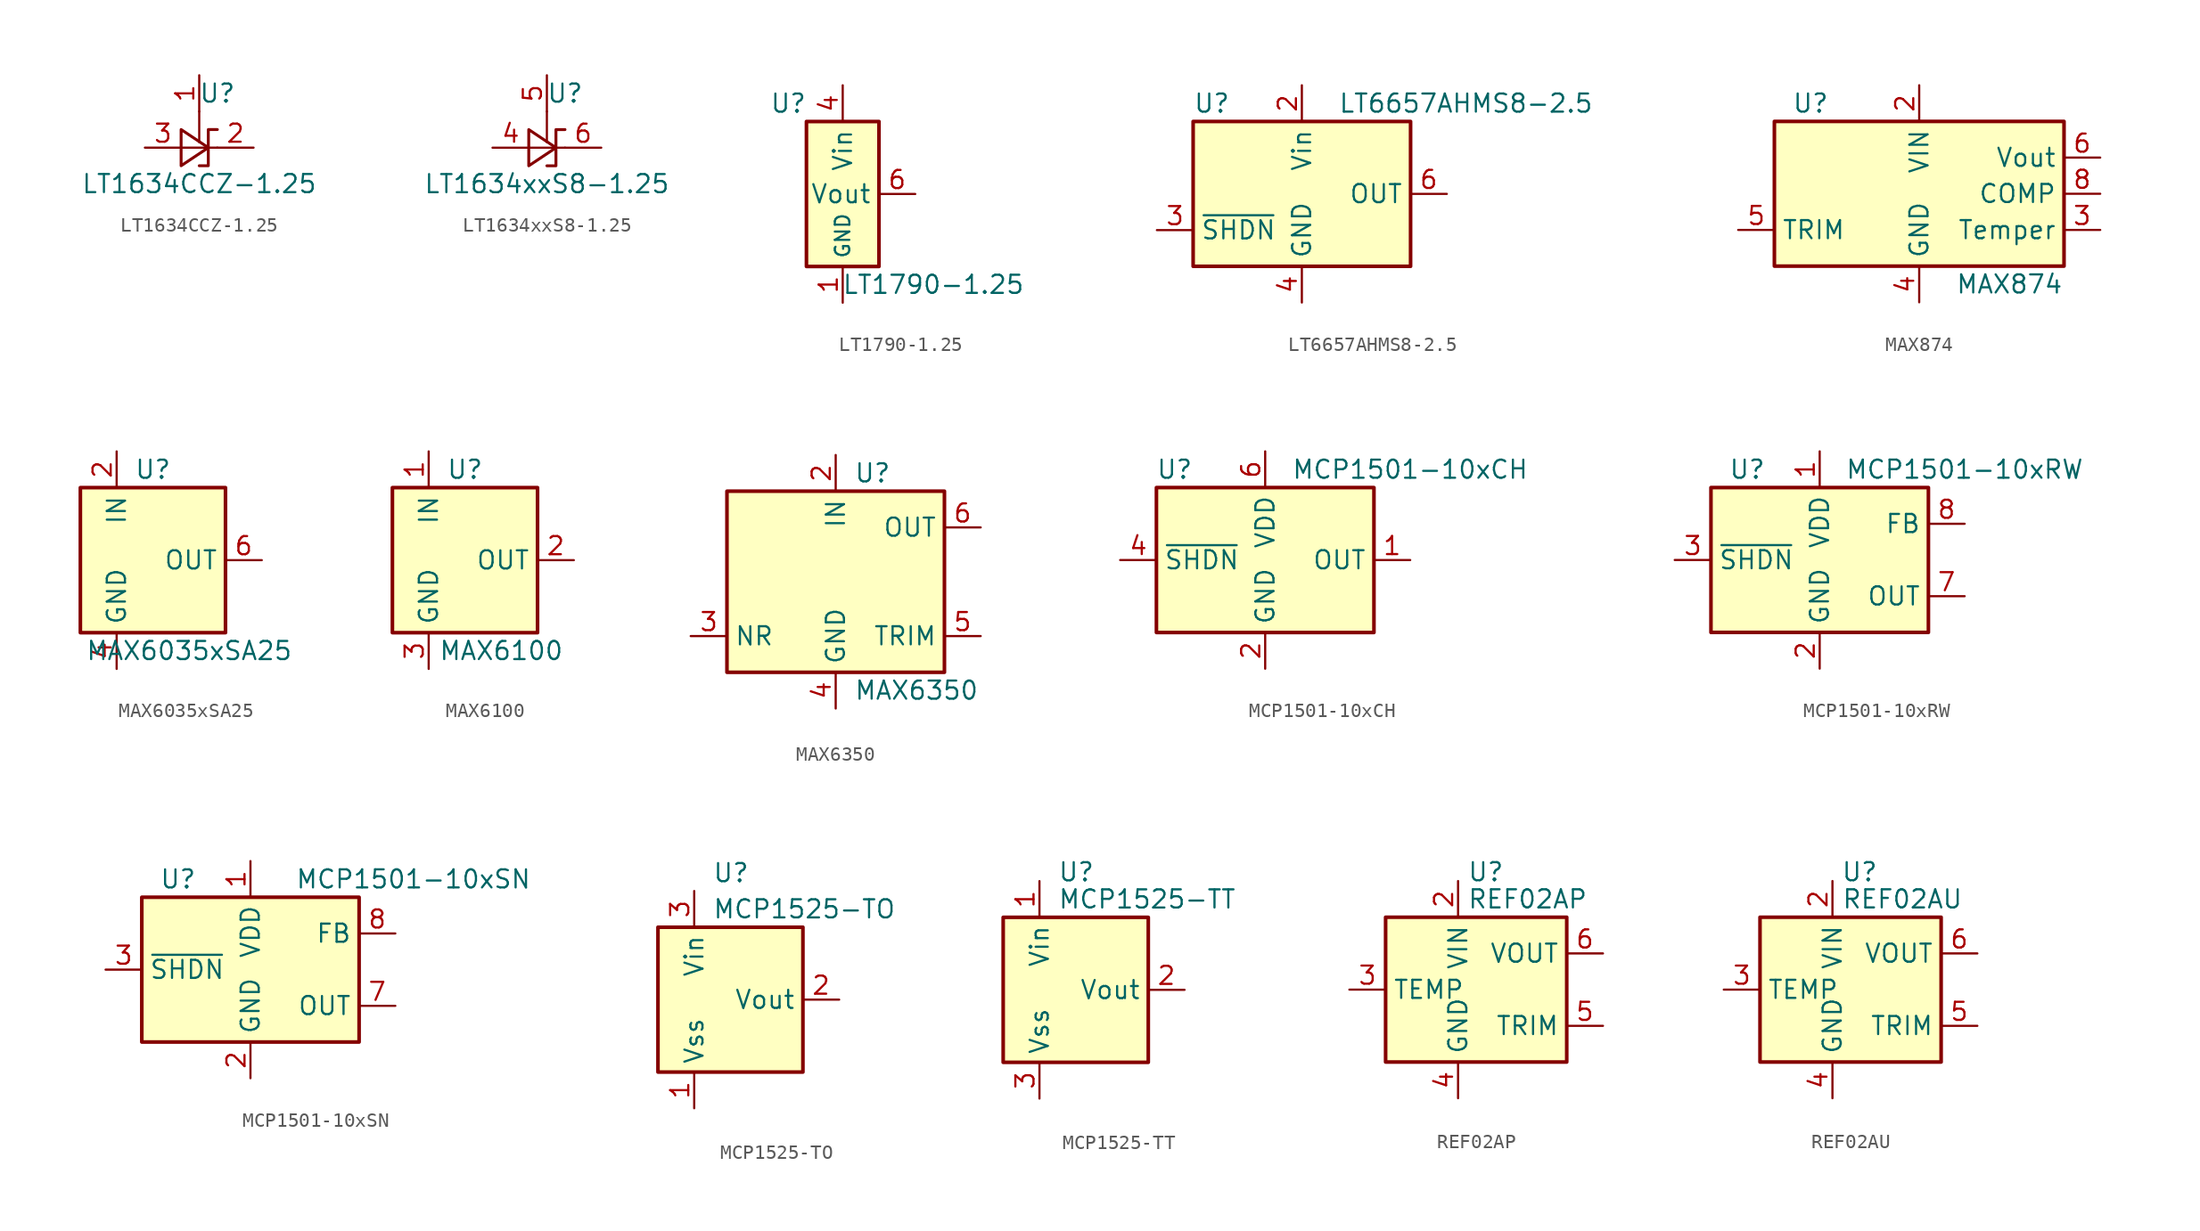
<source format=kicad_sym>
(kicad_symbol_lib
  (version 20201005)
  (generator kicad_symbol_editor)
  (symbol "Reference_Voltage:LT1634CCZ-1.25"
    (pin_names hide)
    (property "Reference" "U"
      (at 1.27 3.81 0)
      (effects (font (size 1.27 1.27))))
    (property "Value" "LT1634CCZ-1.25"
      (at 0 -2.54 0)
      (effects (font (size 1.27 1.27))))
    (symbol "LT1634CCZ-1.25_1_1"
      (polyline (pts (xy 0 2.54) (xy 0 0.381)) (stroke (width 0)) (fill (type none)))
      (polyline (pts (xy -1.27 0) (xy 0 0) (xy 1.27 0)) (stroke (width 0)) (fill (type none)))
      (polyline (pts (xy -1.27 -1.27) (xy 0.635 0) (xy -1.27 1.27) (xy -1.27 -1.27)) (stroke (width 0.203)) (fill (type none)))
      (polyline (pts (xy 0 -1.27) (xy 0.635 -1.27) (xy 0.635 1.27) (xy 1.27 1.27)) (stroke (width 0.203)) (fill (type none)))
      (pin input line (at 0 5.08 270) (length 2.54) (name "Test" (effects (font (size 1.27 1.27)))) (number "1" (effects (font (size 1.27 1.27)))))
      (pin passive line (at 3.81 0 180) (length 2.54) (name "K" (effects (font (size 1.27 1.27)))) (number "2" (effects (font (size 1.27 1.27)))))
      (pin passive line (at -3.81 0 0) (length 2.54) (name "A" (effects (font (size 1.27 1.27)))) (number "3" (effects (font (size 1.27 1.27)))))))
  (symbol "Reference_Voltage:LT1634xxS8-1.25"
    (pin_names hide)
    (property "Reference" "U"
      (at 1.27 3.81 0)
      (effects (font (size 1.27 1.27))))
    (property "Value" "LT1634xxS8-1.25"
      (at 0 -2.54 0)
      (effects (font (size 1.27 1.27))))
    (symbol "LT1634xxS8-1.25_1_1"
      (polyline (pts (xy 0 2.54) (xy 0 0.381)) (stroke (width 0)) (fill (type none)))
      (polyline (pts (xy -1.27 0) (xy 0 0) (xy 1.27 0)) (stroke (width 0)) (fill (type none)))
      (polyline (pts (xy -1.27 -1.27) (xy 0.635 0) (xy -1.27 1.27) (xy -1.27 -1.27)) (stroke (width 0.203)) (fill (type none)))
      (polyline (pts (xy 0 -1.27) (xy 0.635 -1.27) (xy 0.635 1.27) (xy 1.27 1.27)) (stroke (width 0.203)) (fill (type none)))
      (pin passive line (at -3.81 0 0) (length 2.54) (name "A" (effects (font (size 1.27 1.27)))) (number "4" (effects (font (size 1.27 1.27)))))
      (pin input line (at 0 5.08 270) (length 2.54) (name "Test" (effects (font (size 1.27 1.27)))) (number "5" (effects (font (size 1.27 1.27)))))
      (pin passive line (at 3.81 0 180) (length 2.54) (name "K" (effects (font (size 1.27 1.27)))) (number "6" (effects (font (size 1.27 1.27)))))))
  (symbol "Reference_Voltage:LT1790-1.25"
    (property "Reference" "U"
      (at -3.81 6.35 0)
      (effects (font (size 1.27 1.27))))
    (property "Value" "LT1790-1.25"
      (at 6.35 -6.35 0)
      (effects (font (size 1.27 1.27))))
    (symbol "LT1790-1.25_0_1"
      (rectangle (start 2.54 5.08) (end -2.54 -5.08) (stroke (width 0.254)) (fill (type background))))
    (symbol "LT1790-1.25_1_1"
      (pin power_in line (at 0 -7.62 90) (length 2.54) (name "GND" (effects (font (size 1.016 1.016)))) (number "1" (effects (font (size 1.27 1.27)))))
      (pin passive line (at 0 -7.62 90) (length 2.54) hide (name "GND" (effects (font (size 1.016 1.016)))) (number "2" (effects (font (size 1.27 1.27)))))
      (pin power_in line (at 0 7.62 270) (length 2.54) (name "Vin" (effects (font (size 1.27 1.27)))) (number "4" (effects (font (size 1.27 1.27)))))
      (pin output line (at 5.08 0 180) (length 2.54) (name "Vout" (effects (font (size 1.27 1.27)))) (number "6" (effects (font (size 1.27 1.27)))))))
  (symbol "Reference_Voltage:LT6657AHMS8-2.5"
    (property "Reference" "U"
      (at -7.62 6.35 0)
      (effects (font (size 1.27 1.27)) (justify left)))
    (property "Value" "LT6657AHMS8-2.5"
      (at 2.54 6.35 0)
      (effects (font (size 1.27 1.27)) (justify left)))
    (symbol "LT6657AHMS8-2.5_0_1"
      (rectangle (start -7.62 5.08) (end 7.62 -5.08) (stroke (width 0.254)) (fill (type background))))
    (symbol "LT6657AHMS8-2.5_1_1"
      (pin no_connect line (at 7.62 -2.54 180) (length 2.54) hide (name "DNC" (effects (font (size 1.27 1.27)))) (number "1" (effects (font (size 1.27 1.27)))))
      (pin power_in line (at 0 7.62 270) (length 2.54) (name "Vin" (effects (font (size 1.27 1.27)))) (number "2" (effects (font (size 1.27 1.27)))))
      (pin input line (at -10.16 -2.54 0) (length 2.54) (name "~SHDN" (effects (font (size 1.27 1.27)))) (number "3" (effects (font (size 1.27 1.27)))))
      (pin power_in line (at 0 -7.62 90) (length 2.54) (name "GND" (effects (font (size 1.27 1.27)))) (number "4" (effects (font (size 1.27 1.27)))))
      (pin no_connect line (at -7.62 0 0) (length 2.54) hide (name "DNC" (effects (font (size 1.27 1.27)))) (number "5" (effects (font (size 1.27 1.27)))))
      (pin power_out line (at 10.16 0 180) (length 2.54) (name "OUT" (effects (font (size 1.27 1.27)))) (number "6" (effects (font (size 1.27 1.27)))))
      (pin no_connect line (at -7.62 2.54 0) (length 2.54) hide (name "DNC" (effects (font (size 1.27 1.27)))) (number "7" (effects (font (size 1.27 1.27)))))
      (pin no_connect line (at 7.62 2.54 180) (length 2.54) hide (name "DNC" (effects (font (size 1.27 1.27)))) (number "8" (effects (font (size 1.27 1.27)))))))
  (symbol "Reference_Voltage:MAX874"
    (property "Reference" "U"
      (at -7.62 6.35 0)
      (effects (font (size 1.27 1.27))))
    (property "Value" "MAX874"
      (at 2.54 -6.35 0)
      (effects (font (size 1.27 1.27)) (justify left)))
    (symbol "MAX874_0_1"
      (rectangle (start -10.16 5.08) (end 10.16 -5.08) (stroke (width 0.254)) (fill (type background))))
    (symbol "MAX874_1_1"
      (pin no_connect line (at -10.16 0 0) (length 2.54) hide (name "IC" (effects (font (size 1.27 1.27)))) (number "1" (effects (font (size 1.27 1.27)))))
      (pin power_in line (at 0 7.62 270) (length 2.54) (name "VIN" (effects (font (size 1.27 1.27)))) (number "2" (effects (font (size 1.27 1.27)))))
      (pin output line (at 12.7 -2.54 180) (length 2.54) (name "Temper" (effects (font (size 1.27 1.27)))) (number "3" (effects (font (size 1.27 1.27)))))
      (pin power_in line (at 0 -7.62 90) (length 2.54) (name "GND" (effects (font (size 1.27 1.27)))) (number "4" (effects (font (size 1.27 1.27)))))
      (pin input line (at -12.7 -2.54 0) (length 2.54) (name "TRIM" (effects (font (size 1.27 1.27)))) (number "5" (effects (font (size 1.27 1.27)))))
      (pin power_out line (at 12.7 2.54 180) (length 2.54) (name "Vout" (effects (font (size 1.27 1.27)))) (number "6" (effects (font (size 1.27 1.27)))))
      (pin no_connect line (at -2.54 -5.08 90) (length 2.54) hide (name "IC" (effects (font (size 1.27 1.27)))) (number "7" (effects (font (size 1.27 1.27)))))
      (pin passive line (at 12.7 0 180) (length 2.54) (name "COMP" (effects (font (size 1.27 1.27)))) (number "8" (effects (font (size 1.27 1.27)))))))
  (symbol "Reference_Voltage:MAX6035xSA25"
    (property "Reference" "U"
      (at 0 6.35 0)
      (effects (font (size 1.27 1.27))))
    (property "Value" "MAX6035xSA25"
      (at 2.54 -6.35 0)
      (effects (font (size 1.27 1.27))))
    (symbol "MAX6035xSA25_0_0"
      (pin no_connect line (at -5.08 0 0) (length 2.54) hide (name "NC" (effects (font (size 1.27 1.27)))) (number "3" (effects (font (size 1.27 1.27)))))
      (pin no_connect line (at 5.08 2.54 180) (length 2.54) hide (name "NC" (effects (font (size 1.27 1.27)))) (number "7" (effects (font (size 1.27 1.27)))))
      (pin no_connect line (at 5.08 -2.54 180) (length 2.54) hide (name "NC" (effects (font (size 1.27 1.27)))) (number "8" (effects (font (size 1.27 1.27))))))
    (symbol "MAX6035xSA25_0_1"
      (rectangle (start -5.08 5.08) (end 5.08 -5.08) (stroke (width 0.254)) (fill (type background))))
    (symbol "MAX6035xSA25_1_1"
      (pin no_connect line (at -5.08 2.54 0) (length 2.54) hide (name "NC" (effects (font (size 1.27 1.27)))) (number "1" (effects (font (size 1.27 1.27)))))
      (pin power_in line (at -2.54 7.62 270) (length 2.54) (name "IN" (effects (font (size 1.27 1.27)))) (number "2" (effects (font (size 1.27 1.27)))))
      (pin power_in line (at -2.54 -7.62 90) (length 2.54) (name "GND" (effects (font (size 1.27 1.27)))) (number "4" (effects (font (size 1.27 1.27)))))
      (pin no_connect line (at -5.08 -2.54 0) (length 2.54) hide (name "NC" (effects (font (size 1.27 1.27)))) (number "5" (effects (font (size 1.27 1.27)))))
      (pin power_out line (at 7.62 0 180) (length 2.54) (name "OUT" (effects (font (size 1.27 1.27)))) (number "6" (effects (font (size 1.27 1.27)))))))
  (symbol "Reference_Voltage:MAX6100"
    (property "Reference" "U"
      (at 0 6.35 0)
      (effects (font (size 1.27 1.27))))
    (property "Value" "MAX6100"
      (at 2.54 -6.35 0)
      (effects (font (size 1.27 1.27))))
    (symbol "MAX6100_0_1"
      (rectangle (start -5.08 5.08) (end 5.08 -5.08) (stroke (width 0.254)) (fill (type background))))
    (symbol "MAX6100_1_1"
      (pin power_in line (at -2.54 7.62 270) (length 2.54) (name "IN" (effects (font (size 1.27 1.27)))) (number "1" (effects (font (size 1.27 1.27)))))
      (pin power_out line (at 7.62 0 180) (length 2.54) (name "OUT" (effects (font (size 1.27 1.27)))) (number "2" (effects (font (size 1.27 1.27)))))
      (pin power_in line (at -2.54 -7.62 90) (length 2.54) (name "GND" (effects (font (size 1.27 1.27)))) (number "3" (effects (font (size 1.27 1.27)))))))
  (symbol "Reference_Voltage:MAX6350"
    (property "Reference" "U"
      (at 1.27 6.35 0)
      (effects (font (size 1.27 1.27)) (justify left)))
    (property "Value" "MAX6350"
      (at 1.27 -8.89 0)
      (effects (font (size 1.27 1.27)) (justify left)))
    (symbol "MAX6350_0_1"
      (rectangle (start -7.62 5.08) (end 7.62 -7.62) (stroke (width 0.254)) (fill (type background))))
    (symbol "MAX6350_1_1"
      (pin no_connect line (at -7.62 -2.54 0) (length 2.54) hide (name "NC" (effects (font (size 1.27 1.27)))) (number "1" (effects (font (size 1.27 1.27)))))
      (pin power_in line (at 0 7.62 270) (length 2.54) (name "IN" (effects (font (size 1.27 1.27)))) (number "2" (effects (font (size 1.27 1.27)))))
      (pin passive line (at -10.16 -5.08 0) (length 2.54) (name "NR" (effects (font (size 1.27 1.27)))) (number "3" (effects (font (size 1.27 1.27)))))
      (pin power_in line (at 0 -10.16 90) (length 2.54) (name "GND" (effects (font (size 1.27 1.27)))) (number "4" (effects (font (size 1.27 1.27)))))
      (pin passive line (at 10.16 -5.08 180) (length 2.54) (name "TRIM" (effects (font (size 1.27 1.27)))) (number "5" (effects (font (size 1.27 1.27)))))
      (pin power_out line (at 10.16 2.54 180) (length 2.54) (name "OUT" (effects (font (size 1.27 1.27)))) (number "6" (effects (font (size 1.27 1.27)))))
      (pin no_connect line (at 7.62 0 180) (length 2.54) hide (name "NC" (effects (font (size 1.27 1.27)))) (number "7" (effects (font (size 1.27 1.27)))))
      (pin no_connect line (at 7.62 -2.54 180) (length 2.54) hide (name "NC" (effects (font (size 1.27 1.27)))) (number "8" (effects (font (size 1.27 1.27)))))))
  (symbol "Reference_Voltage:MCP1501-10xCH"
    (property "Reference" "U"
      (at -6.35 6.35 0)
      (effects (font (size 1.27 1.27))))
    (property "Value" "MCP1501-10xCH"
      (at 10.16 6.35 0)
      (effects (font (size 1.27 1.27))))
    (symbol "MCP1501-10xCH_0_0"
      (pin power_out line (at 10.16 0 180) (length 2.54) (name "OUT" (effects (font (size 1.27 1.27)))) (number "1" (effects (font (size 1.27 1.27)))))
      (pin power_in line (at 0 -7.62 90) (length 2.54) (name "GND" (effects (font (size 1.27 1.27)))) (number "2" (effects (font (size 1.27 1.27)))))
      (pin passive line (at 0 -7.62 90) (length 2.54) hide (name "GND" (effects (font (size 1.27 1.27)))) (number "3" (effects (font (size 1.27 1.27)))))
      (pin input line (at -10.16 0 0) (length 2.54) (name "~SHDN" (effects (font (size 1.27 1.27)))) (number "4" (effects (font (size 1.27 1.27)))))
      (pin passive line (at 0 -7.62 90) (length 2.54) hide (name "GND" (effects (font (size 1.27 1.27)))) (number "5" (effects (font (size 1.27 1.27)))))
      (pin power_in line (at 0 7.62 270) (length 2.54) (name "VDD" (effects (font (size 1.27 1.27)))) (number "6" (effects (font (size 1.27 1.27))))))
    (symbol "MCP1501-10xCH_0_1"
      (rectangle (start -7.62 5.08) (end 7.62 -5.08) (stroke (width 0.254)) (fill (type background)))))
  (symbol "Reference_Voltage:MCP1501-10xRW"
    (property "Reference" "U"
      (at -5.08 6.35 0)
      (effects (font (size 1.27 1.27))))
    (property "Value" "MCP1501-10xRW"
      (at 10.16 6.35 0)
      (effects (font (size 1.27 1.27))))
    (symbol "MCP1501-10xRW_0_0"
      (pin power_in line (at 0 7.62 270) (length 2.54) (name "VDD" (effects (font (size 1.27 1.27)))) (number "1" (effects (font (size 1.27 1.27)))))
      (pin power_in line (at 0 -7.62 90) (length 2.54) (name "GND" (effects (font (size 1.27 1.27)))) (number "2" (effects (font (size 1.27 1.27)))))
      (pin input line (at -10.16 0 0) (length 2.54) (name "~SHDN" (effects (font (size 1.27 1.27)))) (number "3" (effects (font (size 1.27 1.27)))))
      (pin passive line (at 0 -7.62 90) (length 2.54) hide (name "GND" (effects (font (size 1.27 1.27)))) (number "4" (effects (font (size 1.27 1.27)))))
      (pin passive line (at 0 -7.62 90) (length 2.54) hide (name "GND" (effects (font (size 1.27 1.27)))) (number "5" (effects (font (size 1.27 1.27)))))
      (pin passive line (at 0 -7.62 90) (length 2.54) hide (name "GND" (effects (font (size 1.27 1.27)))) (number "6" (effects (font (size 1.27 1.27)))))
      (pin power_out line (at 10.16 -2.54 180) (length 2.54) (name "OUT" (effects (font (size 1.27 1.27)))) (number "7" (effects (font (size 1.27 1.27)))))
      (pin input line (at 10.16 2.54 180) (length 2.54) (name "FB" (effects (font (size 1.27 1.27)))) (number "8" (effects (font (size 1.27 1.27))))))
    (symbol "MCP1501-10xRW_0_1"
      (rectangle (start -7.62 5.08) (end 7.62 -5.08) (stroke (width 0.254)) (fill (type background)))))
  (symbol "Reference_Voltage:MCP1501-10xSN"
    (property "Reference" "U"
      (at -5.08 6.35 0)
      (effects (font (size 1.27 1.27))))
    (property "Value" "MCP1501-10xSN"
      (at 11.43 6.35 0)
      (effects (font (size 1.27 1.27))))
    (symbol "MCP1501-10xSN_0_0"
      (pin power_in line (at 0 7.62 270) (length 2.54) (name "VDD" (effects (font (size 1.27 1.27)))) (number "1" (effects (font (size 1.27 1.27)))))
      (pin power_in line (at 0 -7.62 90) (length 2.54) (name "GND" (effects (font (size 1.27 1.27)))) (number "2" (effects (font (size 1.27 1.27)))))
      (pin input line (at -10.16 0 0) (length 2.54) (name "~SHDN" (effects (font (size 1.27 1.27)))) (number "3" (effects (font (size 1.27 1.27)))))
      (pin passive line (at 0 -7.62 90) (length 2.54) hide (name "GND" (effects (font (size 1.27 1.27)))) (number "4" (effects (font (size 1.27 1.27)))))
      (pin passive line (at 0 -7.62 90) (length 2.54) hide (name "GND" (effects (font (size 1.27 1.27)))) (number "5" (effects (font (size 1.27 1.27)))))
      (pin passive line (at 0 -7.62 90) (length 2.54) hide (name "GND" (effects (font (size 1.27 1.27)))) (number "6" (effects (font (size 1.27 1.27)))))
      (pin power_out line (at 10.16 -2.54 180) (length 2.54) (name "OUT" (effects (font (size 1.27 1.27)))) (number "7" (effects (font (size 1.27 1.27)))))
      (pin input line (at 10.16 2.54 180) (length 2.54) (name "FB" (effects (font (size 1.27 1.27)))) (number "8" (effects (font (size 1.27 1.27))))))
    (symbol "MCP1501-10xSN_0_1"
      (rectangle (start -7.62 5.08) (end 7.62 -5.08) (stroke (width 0.254)) (fill (type background)))))
  (symbol "Reference_Voltage:MCP1525-TO"
    (property "Reference" "U"
      (at 1.27 8.89 0)
      (effects (font (size 1.27 1.27)) (justify left)))
    (property "Value" "MCP1525-TO"
      (at 1.27 6.35 0)
      (effects (font (size 1.27 1.27)) (justify left)))
    (symbol "MCP1525-TO_0_1"
      (rectangle (start -2.54 5.08) (end 7.62 -5.08) (stroke (width 0.254)) (fill (type background))))
    (symbol "MCP1525-TO_1_1"
      (pin power_in line (at 0 -7.62 90) (length 2.54) (name "Vss" (effects (font (size 1.27 1.27)))) (number "1" (effects (font (size 1.27 1.27)))))
      (pin power_out line (at 10.16 0 180) (length 2.54) (name "Vout" (effects (font (size 1.27 1.27)))) (number "2" (effects (font (size 1.27 1.27)))))
      (pin power_in line (at 0 7.62 270) (length 2.54) (name "Vin" (effects (font (size 1.27 1.27)))) (number "3" (effects (font (size 1.27 1.27)))))))
  (symbol "Reference_Voltage:MCP1525-TT"
    (property "Reference" "U"
      (at 1.27 8.255 0)
      (effects (font (size 1.27 1.27)) (justify left)))
    (property "Value" "MCP1525-TT"
      (at 1.27 6.35 0)
      (effects (font (size 1.27 1.27)) (justify left)))
    (symbol "MCP1525-TT_0_1"
      (rectangle (start -2.54 5.08) (end 7.62 -5.08) (stroke (width 0.254)) (fill (type background))))
    (symbol "MCP1525-TT_1_1"
      (pin power_in line (at 0 7.62 270) (length 2.54) (name "Vin" (effects (font (size 1.27 1.27)))) (number "1" (effects (font (size 1.27 1.27)))))
      (pin power_out line (at 10.16 0 180) (length 2.54) (name "Vout" (effects (font (size 1.27 1.27)))) (number "2" (effects (font (size 1.27 1.27)))))
      (pin power_in line (at 0 -7.62 90) (length 2.54) (name "Vss" (effects (font (size 1.27 1.27)))) (number "3" (effects (font (size 1.27 1.27)))))))
  (symbol "Reference_Voltage:REF02AP"
    (property "Reference" "U"
      (at 0.635 8.255 0)
      (effects (font (size 1.27 1.27)) (justify left)))
    (property "Value" "REF02AP"
      (at 0.635 6.35 0)
      (effects (font (size 1.27 1.27)) (justify left)))
    (symbol "REF02AP_0_1"
      (rectangle (start -5.08 5.08) (end 7.62 -5.08) (stroke (width 0.254)) (fill (type background))))
    (symbol "REF02AP_1_1"
      (pin no_connect line (at 2.54 -5.08 90) (length 2.54) hide (name "NC" (effects (font (size 1.27 1.27)))) (number "1" (effects (font (size 1.27 1.27)))))
      (pin power_in line (at 0 7.62 270) (length 2.54) (name "VIN" (effects (font (size 1.27 1.27)))) (number "2" (effects (font (size 1.27 1.27)))))
      (pin passive line (at -7.62 0 0) (length 2.54) (name "TEMP" (effects (font (size 1.27 1.27)))) (number "3" (effects (font (size 1.27 1.27)))))
      (pin power_in line (at 0 -7.62 90) (length 2.54) (name "GND" (effects (font (size 1.27 1.27)))) (number "4" (effects (font (size 1.27 1.27)))))
      (pin passive line (at 10.16 -2.54 180) (length 2.54) (name "TRIM" (effects (font (size 1.27 1.27)))) (number "5" (effects (font (size 1.27 1.27)))))
      (pin power_out line (at 10.16 2.54 180) (length 2.54) (name "VOUT" (effects (font (size 1.27 1.27)))) (number "6" (effects (font (size 1.27 1.27)))))
      (pin no_connect line (at -2.54 -5.08 90) (length 2.54) hide (name "NC" (effects (font (size 1.27 1.27)))) (number "7" (effects (font (size 1.27 1.27)))))
      (pin no_connect line (at 7.62 0 180) (length 2.54) hide (name "NC" (effects (font (size 1.27 1.27)))) (number "8" (effects (font (size 1.27 1.27)))))))
  (symbol "Reference_Voltage:REF02AU"
    (property "Reference" "U"
      (at 1.905 8.255 0)
      (effects (font (size 1.27 1.27))))
    (property "Value" "REF02AU"
      (at 0.635 6.35 0)
      (effects (font (size 1.27 1.27)) (justify left)))
    (symbol "REF02AU_0_1"
      (rectangle (start -5.08 5.08) (end 7.62 -5.08) (stroke (width 0.254)) (fill (type background))))
    (symbol "REF02AU_1_1"
      (pin no_connect line (at 2.54 -5.08 90) (length 2.54) hide (name "NC" (effects (font (size 1.27 1.27)))) (number "1" (effects (font (size 1.27 1.27)))))
      (pin power_in line (at 0 7.62 270) (length 2.54) (name "VIN" (effects (font (size 1.27 1.27)))) (number "2" (effects (font (size 1.27 1.27)))))
      (pin passive line (at -7.62 0 0) (length 2.54) (name "TEMP" (effects (font (size 1.27 1.27)))) (number "3" (effects (font (size 1.27 1.27)))))
      (pin power_in line (at 0 -7.62 90) (length 2.54) (name "GND" (effects (font (size 1.27 1.27)))) (number "4" (effects (font (size 1.27 1.27)))))
      (pin passive line (at 10.16 -2.54 180) (length 2.54) (name "TRIM" (effects (font (size 1.27 1.27)))) (number "5" (effects (font (size 1.27 1.27)))))
      (pin power_out line (at 10.16 2.54 180) (length 2.54) (name "VOUT" (effects (font (size 1.27 1.27)))) (number "6" (effects (font (size 1.27 1.27)))))
      (pin no_connect line (at -2.54 -5.08 90) (length 2.54) hide (name "NC" (effects (font (size 1.27 1.27)))) (number "7" (effects (font (size 1.27 1.27)))))
      (pin no_connect line (at 7.62 0 180) (length 2.54) hide (name "NC" (effects (font (size 1.27 1.27)))) (number "8" (effects (font (size 1.27 1.27))))))))
</source>
